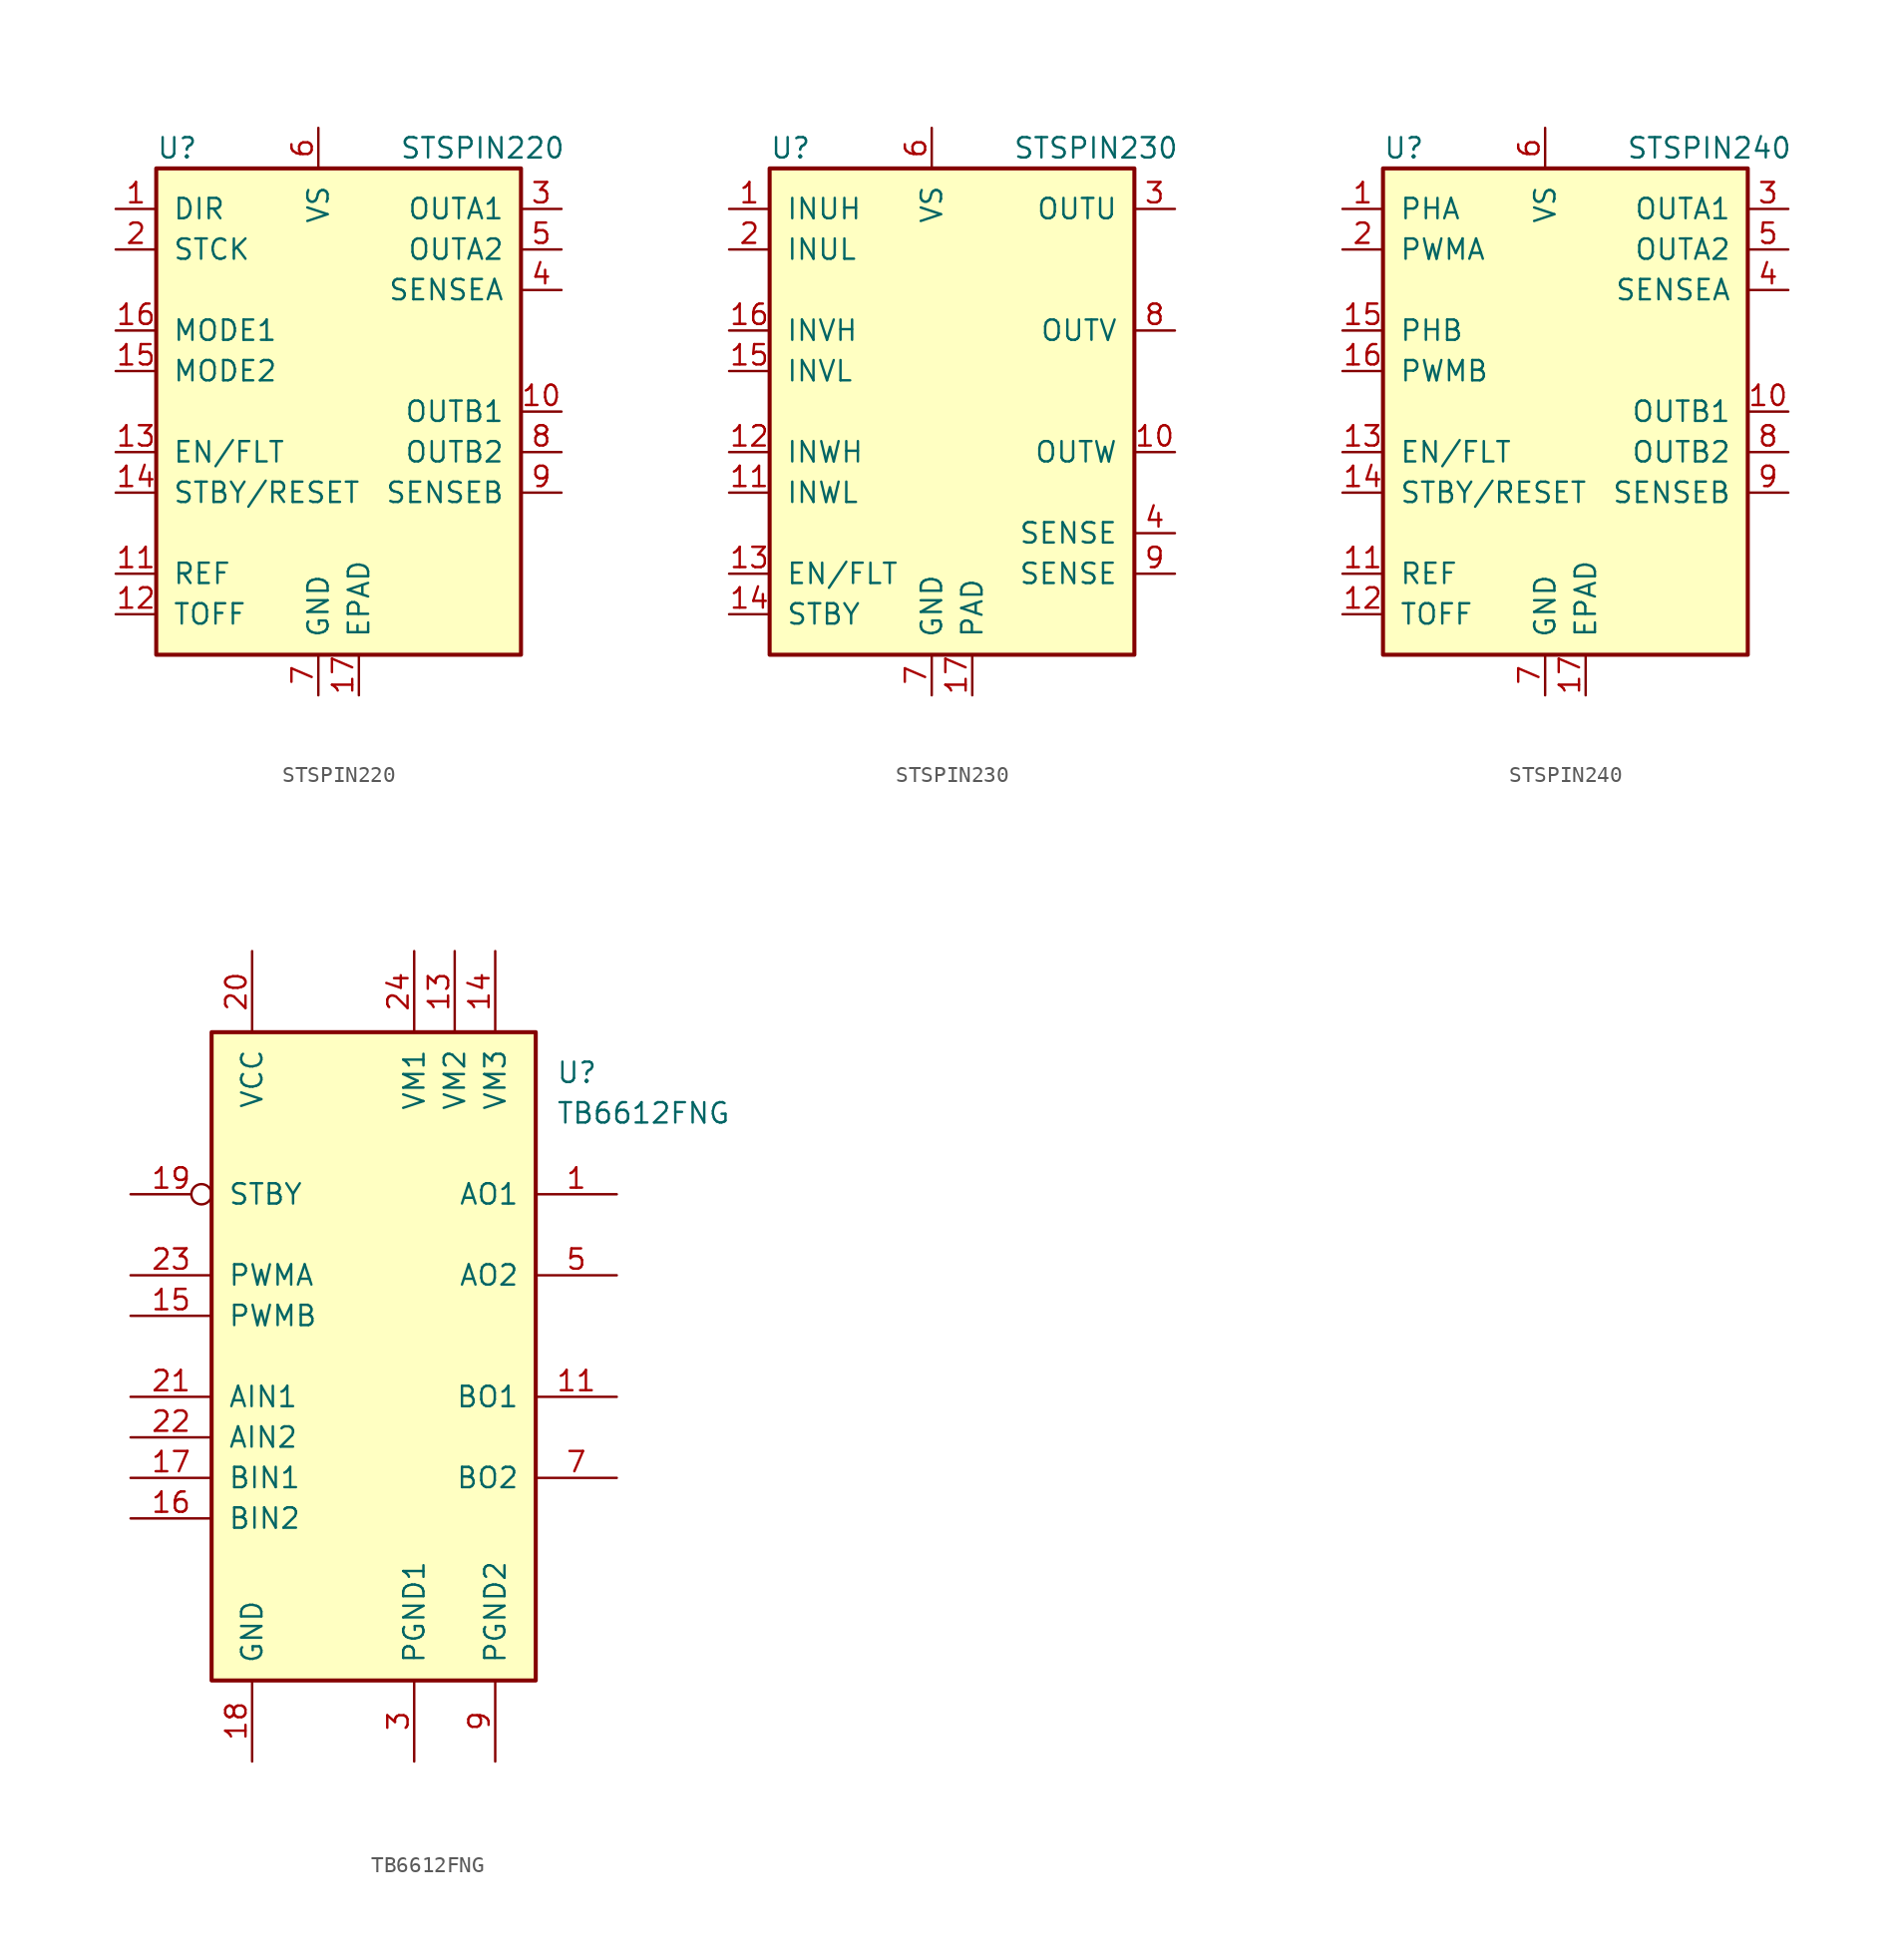
<source format=kicad_sym>
(kicad_symbol_lib
  (version 20201005)
  (generator kicad_symbol_editor)
  (symbol "Driver_Motor:STSPIN220"
    (pin_names
      (offset 1.016))
    (property "Reference" "U"
      (at -10.16 16.51 0)
      (effects (font (size 1.27 1.27)) (justify left)))
    (property "Value" "STSPIN220"
      (at 5.08 16.51 0)
      (effects (font (size 1.27 1.27)) (justify left)))
    (symbol "STSPIN220_0_1"
      (rectangle (start -10.16 15.24) (end 12.7 -15.24) (stroke (width 0.254)) (fill (type background))))
    (symbol "STSPIN220_1_1"
      (pin input line (at -12.7 12.7 0) (length 2.54) (name "DIR" (effects (font (size 1.27 1.27)))) (number "1" (effects (font (size 1.27 1.27)))))
      (pin power_out line (at 15.24 0 180) (length 2.54) (name "OUTB1" (effects (font (size 1.27 1.27)))) (number "10" (effects (font (size 1.27 1.27)))))
      (pin input line (at -12.7 -10.16 0) (length 2.54) (name "REF" (effects (font (size 1.27 1.27)))) (number "11" (effects (font (size 1.27 1.27)))))
      (pin input line (at -12.7 -12.7 0) (length 2.54) (name "TOFF" (effects (font (size 1.27 1.27)))) (number "12" (effects (font (size 1.27 1.27)))))
      (pin bidirectional line (at -12.7 -2.54 0) (length 2.54) (name "EN/FLT" (effects (font (size 1.27 1.27)))) (number "13" (effects (font (size 1.27 1.27)))))
      (pin input line (at -12.7 -5.08 0) (length 2.54) (name "STBY/RESET" (effects (font (size 1.27 1.27)))) (number "14" (effects (font (size 1.27 1.27)))))
      (pin input line (at -12.7 2.54 0) (length 2.54) (name "MODE2" (effects (font (size 1.27 1.27)))) (number "15" (effects (font (size 1.27 1.27)))))
      (pin input line (at -12.7 5.08 0) (length 2.54) (name "MODE1" (effects (font (size 1.27 1.27)))) (number "16" (effects (font (size 1.27 1.27)))))
      (pin power_in line (at 2.54 -17.78 90) (length 2.54) (name "EPAD" (effects (font (size 1.27 1.27)))) (number "17" (effects (font (size 1.27 1.27)))))
      (pin input line (at -12.7 10.16 0) (length 2.54) (name "STCK" (effects (font (size 1.27 1.27)))) (number "2" (effects (font (size 1.27 1.27)))))
      (pin power_out line (at 15.24 12.7 180) (length 2.54) (name "OUTA1" (effects (font (size 1.27 1.27)))) (number "3" (effects (font (size 1.27 1.27)))))
      (pin power_out line (at 15.24 7.62 180) (length 2.54) (name "SENSEA" (effects (font (size 1.27 1.27)))) (number "4" (effects (font (size 1.27 1.27)))))
      (pin power_out line (at 15.24 10.16 180) (length 2.54) (name "OUTA2" (effects (font (size 1.27 1.27)))) (number "5" (effects (font (size 1.27 1.27)))))
      (pin power_in line (at 0 17.78 270) (length 2.54) (name "VS" (effects (font (size 1.27 1.27)))) (number "6" (effects (font (size 1.27 1.27)))))
      (pin power_in line (at 0 -17.78 90) (length 2.54) (name "GND" (effects (font (size 1.27 1.27)))) (number "7" (effects (font (size 1.27 1.27)))))
      (pin power_out line (at 15.24 -2.54 180) (length 2.54) (name "OUTB2" (effects (font (size 1.27 1.27)))) (number "8" (effects (font (size 1.27 1.27)))))
      (pin power_out line (at 15.24 -5.08 180) (length 2.54) (name "SENSEB" (effects (font (size 1.27 1.27)))) (number "9" (effects (font (size 1.27 1.27)))))))
  (symbol "Driver_Motor:STSPIN230"
    (pin_names
      (offset 1.016))
    (property "Reference" "U"
      (at -10.16 16.51 0)
      (effects (font (size 1.27 1.27)) (justify left)))
    (property "Value" "STSPIN230"
      (at 5.08 16.51 0)
      (effects (font (size 1.27 1.27)) (justify left)))
    (symbol "STSPIN230_0_1"
      (rectangle (start -10.16 15.24) (end 12.7 -15.24) (stroke (width 0.254)) (fill (type background))))
    (symbol "STSPIN230_1_1"
      (pin input line (at -12.7 12.7 0) (length 2.54) (name "INUH" (effects (font (size 1.27 1.27)))) (number "1" (effects (font (size 1.27 1.27)))))
      (pin power_out line (at 15.24 -2.54 180) (length 2.54) (name "OUTW" (effects (font (size 1.27 1.27)))) (number "10" (effects (font (size 1.27 1.27)))))
      (pin input line (at -12.7 -5.08 0) (length 2.54) (name "INWL" (effects (font (size 1.27 1.27)))) (number "11" (effects (font (size 1.27 1.27)))))
      (pin input line (at -12.7 -2.54 0) (length 2.54) (name "INWH" (effects (font (size 1.27 1.27)))) (number "12" (effects (font (size 1.27 1.27)))))
      (pin bidirectional line (at -12.7 -10.16 0) (length 2.54) (name "EN/FLT" (effects (font (size 1.27 1.27)))) (number "13" (effects (font (size 1.27 1.27)))))
      (pin input line (at -12.7 -12.7 0) (length 2.54) (name "STBY" (effects (font (size 1.27 1.27)))) (number "14" (effects (font (size 1.27 1.27)))))
      (pin input line (at -12.7 2.54 0) (length 2.54) (name "INVL" (effects (font (size 1.27 1.27)))) (number "15" (effects (font (size 1.27 1.27)))))
      (pin input line (at -12.7 5.08 0) (length 2.54) (name "INVH" (effects (font (size 1.27 1.27)))) (number "16" (effects (font (size 1.27 1.27)))))
      (pin power_in line (at 2.54 -17.78 90) (length 2.54) (name "PAD" (effects (font (size 1.27 1.27)))) (number "17" (effects (font (size 1.27 1.27)))))
      (pin input line (at -12.7 10.16 0) (length 2.54) (name "INUL" (effects (font (size 1.27 1.27)))) (number "2" (effects (font (size 1.27 1.27)))))
      (pin power_out line (at 15.24 12.7 180) (length 2.54) (name "OUTU" (effects (font (size 1.27 1.27)))) (number "3" (effects (font (size 1.27 1.27)))))
      (pin input line (at 15.24 -7.62 180) (length 2.54) (name "SENSE" (effects (font (size 1.27 1.27)))) (number "4" (effects (font (size 1.27 1.27)))))
      (pin no_connect line (at 5.08 -17.78 90) (length 2.54) hide (name "NC" (effects (font (size 1.27 1.27)))) (number "5" (effects (font (size 1.27 1.27)))))
      (pin power_in line (at 0 17.78 270) (length 2.54) (name "VS" (effects (font (size 1.27 1.27)))) (number "6" (effects (font (size 1.27 1.27)))))
      (pin power_in line (at 0 -17.78 90) (length 2.54) (name "GND" (effects (font (size 1.27 1.27)))) (number "7" (effects (font (size 1.27 1.27)))))
      (pin power_out line (at 15.24 5.08 180) (length 2.54) (name "OUTV" (effects (font (size 1.27 1.27)))) (number "8" (effects (font (size 1.27 1.27)))))
      (pin input line (at 15.24 -10.16 180) (length 2.54) (name "SENSE" (effects (font (size 1.27 1.27)))) (number "9" (effects (font (size 1.27 1.27)))))))
  (symbol "Driver_Motor:STSPIN240"
    (pin_names
      (offset 1.016))
    (property "Reference" "U"
      (at -10.16 16.51 0)
      (effects (font (size 1.27 1.27)) (justify left)))
    (property "Value" "STSPIN240"
      (at 5.08 16.51 0)
      (effects (font (size 1.27 1.27)) (justify left)))
    (symbol "STSPIN240_0_1"
      (rectangle (start -10.16 15.24) (end 12.7 -15.24) (stroke (width 0.254)) (fill (type background))))
    (symbol "STSPIN240_1_1"
      (pin input line (at -12.7 12.7 0) (length 2.54) (name "PHA" (effects (font (size 1.27 1.27)))) (number "1" (effects (font (size 1.27 1.27)))))
      (pin power_out line (at 15.24 0 180) (length 2.54) (name "OUTB1" (effects (font (size 1.27 1.27)))) (number "10" (effects (font (size 1.27 1.27)))))
      (pin input line (at -12.7 -10.16 0) (length 2.54) (name "REF" (effects (font (size 1.27 1.27)))) (number "11" (effects (font (size 1.27 1.27)))))
      (pin input line (at -12.7 -12.7 0) (length 2.54) (name "TOFF" (effects (font (size 1.27 1.27)))) (number "12" (effects (font (size 1.27 1.27)))))
      (pin bidirectional line (at -12.7 -2.54 0) (length 2.54) (name "EN/FLT" (effects (font (size 1.27 1.27)))) (number "13" (effects (font (size 1.27 1.27)))))
      (pin input line (at -12.7 -5.08 0) (length 2.54) (name "STBY/RESET" (effects (font (size 1.27 1.27)))) (number "14" (effects (font (size 1.27 1.27)))))
      (pin input line (at -12.7 5.08 0) (length 2.54) (name "PHB" (effects (font (size 1.27 1.27)))) (number "15" (effects (font (size 1.27 1.27)))))
      (pin input line (at -12.7 2.54 0) (length 2.54) (name "PWMB" (effects (font (size 1.27 1.27)))) (number "16" (effects (font (size 1.27 1.27)))))
      (pin power_in line (at 2.54 -17.78 90) (length 2.54) (name "EPAD" (effects (font (size 1.27 1.27)))) (number "17" (effects (font (size 1.27 1.27)))))
      (pin input line (at -12.7 10.16 0) (length 2.54) (name "PWMA" (effects (font (size 1.27 1.27)))) (number "2" (effects (font (size 1.27 1.27)))))
      (pin power_out line (at 15.24 12.7 180) (length 2.54) (name "OUTA1" (effects (font (size 1.27 1.27)))) (number "3" (effects (font (size 1.27 1.27)))))
      (pin power_out line (at 15.24 7.62 180) (length 2.54) (name "SENSEA" (effects (font (size 1.27 1.27)))) (number "4" (effects (font (size 1.27 1.27)))))
      (pin power_out line (at 15.24 10.16 180) (length 2.54) (name "OUTA2" (effects (font (size 1.27 1.27)))) (number "5" (effects (font (size 1.27 1.27)))))
      (pin power_in line (at 0 17.78 270) (length 2.54) (name "VS" (effects (font (size 1.27 1.27)))) (number "6" (effects (font (size 1.27 1.27)))))
      (pin power_in line (at 0 -17.78 90) (length 2.54) (name "GND" (effects (font (size 1.27 1.27)))) (number "7" (effects (font (size 1.27 1.27)))))
      (pin power_out line (at 15.24 -2.54 180) (length 2.54) (name "OUTB2" (effects (font (size 1.27 1.27)))) (number "8" (effects (font (size 1.27 1.27)))))
      (pin power_out line (at 15.24 -5.08 180) (length 2.54) (name "SENSEB" (effects (font (size 1.27 1.27)))) (number "9" (effects (font (size 1.27 1.27)))))))
  (symbol "Driver_Motor:TB6612FNG"
    (pin_names
      (offset 1.016))
    (property "Reference" "U"
      (at 11.43 17.78 0)
      (effects (font (size 1.27 1.27)) (justify left)))
    (property "Value" "TB6612FNG"
      (at 11.43 15.24 0)
      (effects (font (size 1.27 1.27)) (justify left)))
    (symbol "TB6612FNG_0_1"
      (rectangle (start -10.16 20.32) (end 10.16 -20.32) (stroke (width 0.254)) (fill (type background))))
    (symbol "TB6612FNG_1_1"
      (pin output line (at 15.24 10.16 180) (length 5.08) (name "AO1" (effects (font (size 1.27 1.27)))) (number "1" (effects (font (size 1.27 1.27)))))
      (pin passive line (at 7.62 -25.4 90) (length 5.08) hide (name "PGND2" (effects (font (size 1.27 1.27)))) (number "10" (effects (font (size 1.27 1.27)))))
      (pin output line (at 15.24 -2.54 180) (length 5.08) (name "BO1" (effects (font (size 1.27 1.27)))) (number "11" (effects (font (size 1.27 1.27)))))
      (pin passive line (at 15.24 -2.54 180) (length 5.08) hide (name "BO1" (effects (font (size 1.27 1.27)))) (number "12" (effects (font (size 1.27 1.27)))))
      (pin power_in line (at 5.08 25.4 270) (length 5.08) (name "VM2" (effects (font (size 1.27 1.27)))) (number "13" (effects (font (size 1.27 1.27)))))
      (pin power_in line (at 7.62 25.4 270) (length 5.08) (name "VM3" (effects (font (size 1.27 1.27)))) (number "14" (effects (font (size 1.27 1.27)))))
      (pin input line (at -15.24 2.54 0) (length 5.08) (name "PWMB" (effects (font (size 1.27 1.27)))) (number "15" (effects (font (size 1.27 1.27)))))
      (pin input line (at -15.24 -10.16 0) (length 5.08) (name "BIN2" (effects (font (size 1.27 1.27)))) (number "16" (effects (font (size 1.27 1.27)))))
      (pin input line (at -15.24 -7.62 0) (length 5.08) (name "BIN1" (effects (font (size 1.27 1.27)))) (number "17" (effects (font (size 1.27 1.27)))))
      (pin power_in line (at -7.62 -25.4 90) (length 5.08) (name "GND" (effects (font (size 1.27 1.27)))) (number "18" (effects (font (size 1.27 1.27)))))
      (pin input inverted (at -15.24 10.16 0) (length 5.08) (name "STBY" (effects (font (size 1.27 1.27)))) (number "19" (effects (font (size 1.27 1.27)))))
      (pin passive line (at 15.24 10.16 180) (length 5.08) hide (name "AO1" (effects (font (size 1.27 1.27)))) (number "2" (effects (font (size 1.27 1.27)))))
      (pin power_in line (at -7.62 25.4 270) (length 5.08) (name "VCC" (effects (font (size 1.27 1.27)))) (number "20" (effects (font (size 1.27 1.27)))))
      (pin input line (at -15.24 -2.54 0) (length 5.08) (name "AIN1" (effects (font (size 1.27 1.27)))) (number "21" (effects (font (size 1.27 1.27)))))
      (pin input line (at -15.24 -5.08 0) (length 5.08) (name "AIN2" (effects (font (size 1.27 1.27)))) (number "22" (effects (font (size 1.27 1.27)))))
      (pin input line (at -15.24 5.08 0) (length 5.08) (name "PWMA" (effects (font (size 1.27 1.27)))) (number "23" (effects (font (size 1.27 1.27)))))
      (pin power_in line (at 2.54 25.4 270) (length 5.08) (name "VM1" (effects (font (size 1.27 1.27)))) (number "24" (effects (font (size 1.27 1.27)))))
      (pin power_in line (at 2.54 -25.4 90) (length 5.08) (name "PGND1" (effects (font (size 1.27 1.27)))) (number "3" (effects (font (size 1.27 1.27)))))
      (pin passive line (at 2.54 -25.4 90) (length 5.08) hide (name "PGND1" (effects (font (size 1.27 1.27)))) (number "4" (effects (font (size 1.27 1.27)))))
      (pin output line (at 15.24 5.08 180) (length 5.08) (name "AO2" (effects (font (size 1.27 1.27)))) (number "5" (effects (font (size 1.27 1.27)))))
      (pin passive line (at 15.24 5.08 180) (length 5.08) hide (name "AO2" (effects (font (size 1.27 1.27)))) (number "6" (effects (font (size 1.27 1.27)))))
      (pin output line (at 15.24 -7.62 180) (length 5.08) (name "BO2" (effects (font (size 1.27 1.27)))) (number "7" (effects (font (size 1.27 1.27)))))
      (pin passive line (at 15.24 -7.62 180) (length 5.08) hide (name "BO2" (effects (font (size 1.27 1.27)))) (number "8" (effects (font (size 1.27 1.27)))))
      (pin power_in line (at 7.62 -25.4 90) (length 5.08) (name "PGND2" (effects (font (size 1.27 1.27)))) (number "9" (effects (font (size 1.27 1.27))))))))
</source>
